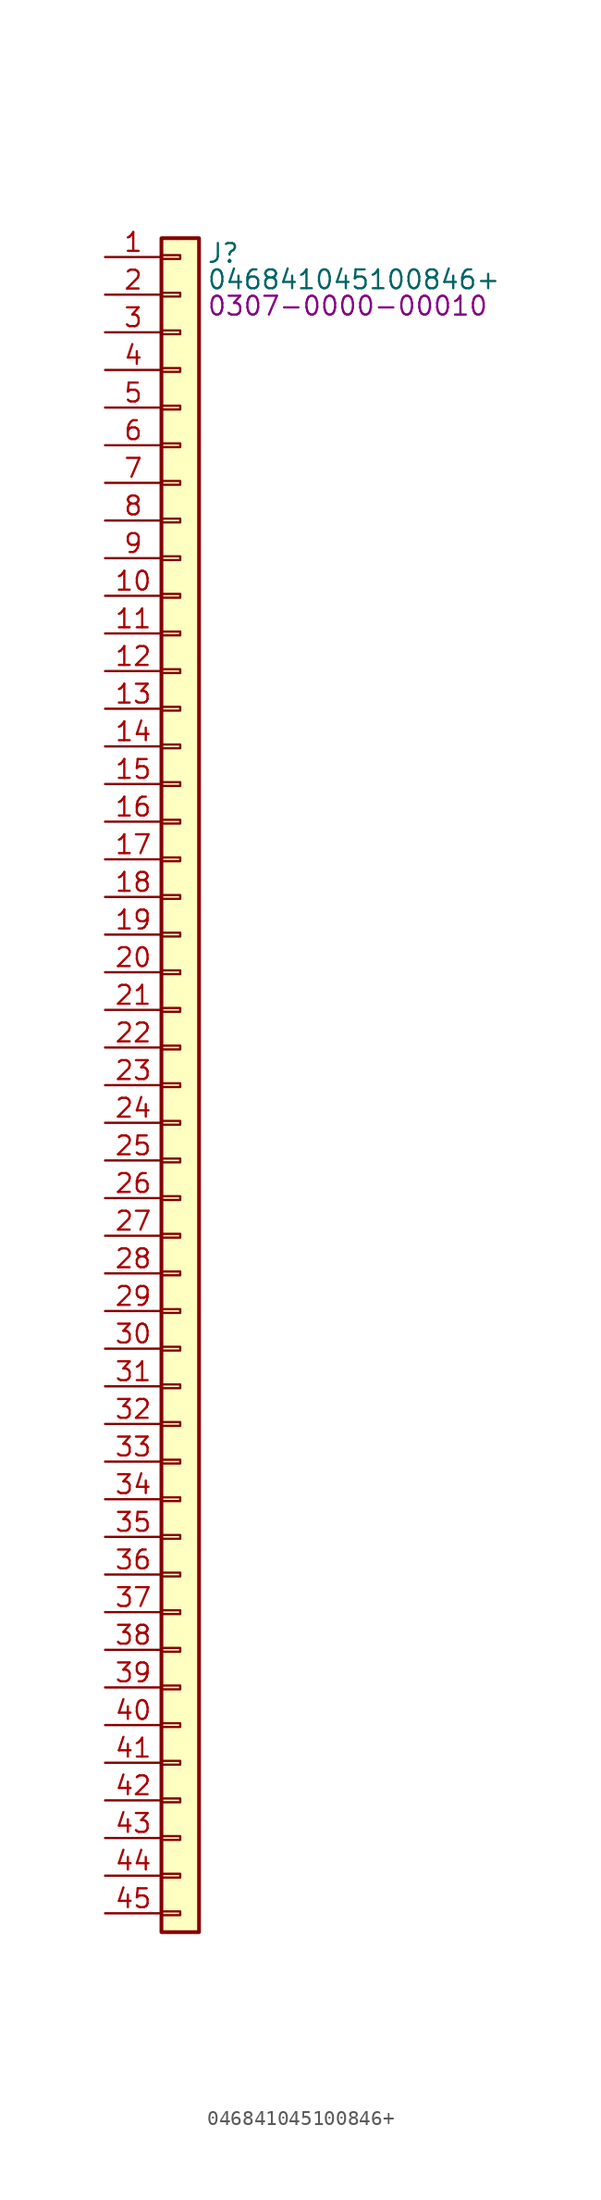
<source format=kicad_sym>
(kicad_symbol_lib
  (version 20231120)
  (generator "kicad_symbol_editor")
  (generator_version "8.0")
  (symbol "046841045100846+"
    (pin_names hide)
    (property "Reference" "J"
      (at 1.778 -2.286 0)
      (effects (font (size 1.27 1.27)) (justify left)))
    (property "Value" "046841045100846+"
      (at 1.778 -4.064 0)
      (effects (font (size 1.27 1.27)) (justify left)))
    (property "PartNumber" "0307-0000-00010"
      (at 1.778 -5.842 0)
      (effects (font (size 1.27 1.27)) (justify left)))
    (symbol "046841045100846+_1_1"
      (rectangle (start -1.27 -114.173) (end 0 -114.427) (stroke (width 0.152) (type default)) (fill (type none)))
      (rectangle (start -1.27 -111.633) (end 0 -111.887) (stroke (width 0.152) (type default)) (fill (type none)))
      (rectangle (start -1.27 -109.093) (end 0 -109.347) (stroke (width 0.152) (type default)) (fill (type none)))
      (rectangle (start -1.27 -106.553) (end 0 -106.807) (stroke (width 0.152) (type default)) (fill (type none)))
      (rectangle (start -1.27 -104.013) (end 0 -104.267) (stroke (width 0.152) (type default)) (fill (type none)))
      (rectangle (start -1.27 -101.473) (end 0 -101.727) (stroke (width 0.152) (type default)) (fill (type none)))
      (rectangle (start -1.27 -98.933) (end 0 -99.187) (stroke (width 0.152) (type default)) (fill (type none)))
      (rectangle (start -1.27 -96.393) (end 0 -96.647) (stroke (width 0.152) (type default)) (fill (type none)))
      (rectangle (start -1.27 -93.853) (end 0 -94.107) (stroke (width 0.152) (type default)) (fill (type none)))
      (rectangle (start -1.27 -91.313) (end 0 -91.567) (stroke (width 0.152) (type default)) (fill (type none)))
      (rectangle (start -1.27 -88.773) (end 0 -89.027) (stroke (width 0.152) (type default)) (fill (type none)))
      (rectangle (start -1.27 -86.233) (end 0 -86.487) (stroke (width 0.152) (type default)) (fill (type none)))
      (rectangle (start -1.27 -83.693) (end 0 -83.947) (stroke (width 0.152) (type default)) (fill (type none)))
      (rectangle (start -1.27 -81.153) (end 0 -81.407) (stroke (width 0.152) (type default)) (fill (type none)))
      (rectangle (start -1.27 -78.613) (end 0 -78.867) (stroke (width 0.152) (type default)) (fill (type none)))
      (rectangle (start -1.27 -76.073) (end 0 -76.327) (stroke (width 0.152) (type default)) (fill (type none)))
      (rectangle (start -1.27 -73.533) (end 0 -73.787) (stroke (width 0.152) (type default)) (fill (type none)))
      (rectangle (start -1.27 -70.993) (end 0 -71.247) (stroke (width 0.152) (type default)) (fill (type none)))
      (rectangle (start -1.27 -68.453) (end 0 -68.707) (stroke (width 0.152) (type default)) (fill (type none)))
      (rectangle (start -1.27 -65.913) (end 0 -66.167) (stroke (width 0.152) (type default)) (fill (type none)))
      (rectangle (start -1.27 -63.373) (end 0 -63.627) (stroke (width 0.152) (type default)) (fill (type none)))
      (rectangle (start -1.27 -60.833) (end 0 -61.087) (stroke (width 0.152) (type default)) (fill (type none)))
      (rectangle (start -1.27 -58.293) (end 0 -58.547) (stroke (width 0.152) (type default)) (fill (type none)))
      (rectangle (start -1.27 -55.753) (end 0 -56.007) (stroke (width 0.152) (type default)) (fill (type none)))
      (rectangle (start -1.27 -53.213) (end 0 -53.467) (stroke (width 0.152) (type default)) (fill (type none)))
      (rectangle (start -1.27 -50.673) (end 0 -50.927) (stroke (width 0.152) (type default)) (fill (type none)))
      (rectangle (start -1.27 -48.133) (end 0 -48.387) (stroke (width 0.152) (type default)) (fill (type none)))
      (rectangle (start -1.27 -45.593) (end 0 -45.847) (stroke (width 0.152) (type default)) (fill (type none)))
      (rectangle (start -1.27 -43.053) (end 0 -43.307) (stroke (width 0.152) (type default)) (fill (type none)))
      (rectangle (start -1.27 -40.513) (end 0 -40.767) (stroke (width 0.152) (type default)) (fill (type none)))
      (rectangle (start -1.27 -37.973) (end 0 -38.227) (stroke (width 0.152) (type default)) (fill (type none)))
      (rectangle (start -1.27 -35.433) (end 0 -35.687) (stroke (width 0.152) (type default)) (fill (type none)))
      (rectangle (start -1.27 -32.893) (end 0 -33.147) (stroke (width 0.152) (type default)) (fill (type none)))
      (rectangle (start -1.27 -30.353) (end 0 -30.607) (stroke (width 0.152) (type default)) (fill (type none)))
      (rectangle (start -1.27 -27.813) (end 0 -28.067) (stroke (width 0.152) (type default)) (fill (type none)))
      (rectangle (start -1.27 -25.273) (end 0 -25.527) (stroke (width 0.152) (type default)) (fill (type none)))
      (rectangle (start -1.27 -22.733) (end 0 -22.987) (stroke (width 0.152) (type default)) (fill (type none)))
      (rectangle (start -1.27 -20.193) (end 0 -20.447) (stroke (width 0.152) (type default)) (fill (type none)))
      (rectangle (start -1.27 -17.653) (end 0 -17.907) (stroke (width 0.152) (type default)) (fill (type none)))
      (rectangle (start -1.27 -15.113) (end 0 -15.367) (stroke (width 0.152) (type default)) (fill (type none)))
      (rectangle (start -1.27 -12.573) (end 0 -12.827) (stroke (width 0.152) (type default)) (fill (type none)))
      (rectangle (start -1.27 -10.033) (end 0 -10.287) (stroke (width 0.152) (type default)) (fill (type none)))
      (rectangle (start -1.27 -7.493) (end 0 -7.747) (stroke (width 0.152) (type default)) (fill (type none)))
      (rectangle (start -1.27 -4.953) (end 0 -5.207) (stroke (width 0.152) (type default)) (fill (type none)))
      (rectangle (start -1.27 -2.413) (end 0 -2.667) (stroke (width 0.152) (type default)) (fill (type none)))
      (rectangle (start -1.27 -1.27) (end 1.27 -115.57) (stroke (width 0.254) (type default)) (fill (type background)))
      (pin passive line (at -5.08 -2.54 0) (length 3.81) (name "Pin_1" (effects (font (size 1.27 1.27)))) (number "1" (effects (font (size 1.27 1.27)))))
      (pin passive line (at -5.08 -25.4 0) (length 3.81) (name "Pin_10" (effects (font (size 1.27 1.27)))) (number "10" (effects (font (size 1.27 1.27)))))
      (pin passive line (at -5.08 -27.94 0) (length 3.81) (name "Pin_11" (effects (font (size 1.27 1.27)))) (number "11" (effects (font (size 1.27 1.27)))))
      (pin passive line (at -5.08 -30.48 0) (length 3.81) (name "Pin_12" (effects (font (size 1.27 1.27)))) (number "12" (effects (font (size 1.27 1.27)))))
      (pin passive line (at -5.08 -33.02 0) (length 3.81) (name "Pin_13" (effects (font (size 1.27 1.27)))) (number "13" (effects (font (size 1.27 1.27)))))
      (pin passive line (at -5.08 -35.56 0) (length 3.81) (name "Pin_14" (effects (font (size 1.27 1.27)))) (number "14" (effects (font (size 1.27 1.27)))))
      (pin passive line (at -5.08 -38.1 0) (length 3.81) (name "Pin_15" (effects (font (size 1.27 1.27)))) (number "15" (effects (font (size 1.27 1.27)))))
      (pin passive line (at -5.08 -40.64 0) (length 3.81) (name "Pin_16" (effects (font (size 1.27 1.27)))) (number "16" (effects (font (size 1.27 1.27)))))
      (pin passive line (at -5.08 -43.18 0) (length 3.81) (name "Pin_17" (effects (font (size 1.27 1.27)))) (number "17" (effects (font (size 1.27 1.27)))))
      (pin passive line (at -5.08 -45.72 0) (length 3.81) (name "Pin_18" (effects (font (size 1.27 1.27)))) (number "18" (effects (font (size 1.27 1.27)))))
      (pin passive line (at -5.08 -48.26 0) (length 3.81) (name "Pin_19" (effects (font (size 1.27 1.27)))) (number "19" (effects (font (size 1.27 1.27)))))
      (pin passive line (at -5.08 -5.08 0) (length 3.81) (name "Pin_2" (effects (font (size 1.27 1.27)))) (number "2" (effects (font (size 1.27 1.27)))))
      (pin passive line (at -5.08 -50.8 0) (length 3.81) (name "Pin_20" (effects (font (size 1.27 1.27)))) (number "20" (effects (font (size 1.27 1.27)))))
      (pin passive line (at -5.08 -53.34 0) (length 3.81) (name "Pin_21" (effects (font (size 1.27 1.27)))) (number "21" (effects (font (size 1.27 1.27)))))
      (pin passive line (at -5.08 -55.88 0) (length 3.81) (name "Pin_22" (effects (font (size 1.27 1.27)))) (number "22" (effects (font (size 1.27 1.27)))))
      (pin passive line (at -5.08 -58.42 0) (length 3.81) (name "Pin_23" (effects (font (size 1.27 1.27)))) (number "23" (effects (font (size 1.27 1.27)))))
      (pin passive line (at -5.08 -60.96 0) (length 3.81) (name "Pin_24" (effects (font (size 1.27 1.27)))) (number "24" (effects (font (size 1.27 1.27)))))
      (pin passive line (at -5.08 -63.5 0) (length 3.81) (name "Pin_25" (effects (font (size 1.27 1.27)))) (number "25" (effects (font (size 1.27 1.27)))))
      (pin passive line (at -5.08 -66.04 0) (length 3.81) (name "Pin_26" (effects (font (size 1.27 1.27)))) (number "26" (effects (font (size 1.27 1.27)))))
      (pin passive line (at -5.08 -68.58 0) (length 3.81) (name "Pin_27" (effects (font (size 1.27 1.27)))) (number "27" (effects (font (size 1.27 1.27)))))
      (pin passive line (at -5.08 -71.12 0) (length 3.81) (name "Pin_28" (effects (font (size 1.27 1.27)))) (number "28" (effects (font (size 1.27 1.27)))))
      (pin passive line (at -5.08 -73.66 0) (length 3.81) (name "Pin_29" (effects (font (size 1.27 1.27)))) (number "29" (effects (font (size 1.27 1.27)))))
      (pin passive line (at -5.08 -7.62 0) (length 3.81) (name "Pin_3" (effects (font (size 1.27 1.27)))) (number "3" (effects (font (size 1.27 1.27)))))
      (pin passive line (at -5.08 -76.2 0) (length 3.81) (name "Pin_30" (effects (font (size 1.27 1.27)))) (number "30" (effects (font (size 1.27 1.27)))))
      (pin passive line (at -5.08 -78.74 0) (length 3.81) (name "Pin_31" (effects (font (size 1.27 1.27)))) (number "31" (effects (font (size 1.27 1.27)))))
      (pin passive line (at -5.08 -81.28 0) (length 3.81) (name "Pin_32" (effects (font (size 1.27 1.27)))) (number "32" (effects (font (size 1.27 1.27)))))
      (pin passive line (at -5.08 -83.82 0) (length 3.81) (name "Pin_33" (effects (font (size 1.27 1.27)))) (number "33" (effects (font (size 1.27 1.27)))))
      (pin passive line (at -5.08 -86.36 0) (length 3.81) (name "Pin_34" (effects (font (size 1.27 1.27)))) (number "34" (effects (font (size 1.27 1.27)))))
      (pin passive line (at -5.08 -88.9 0) (length 3.81) (name "Pin_35" (effects (font (size 1.27 1.27)))) (number "35" (effects (font (size 1.27 1.27)))))
      (pin passive line (at -5.08 -91.44 0) (length 3.81) (name "Pin_36" (effects (font (size 1.27 1.27)))) (number "36" (effects (font (size 1.27 1.27)))))
      (pin passive line (at -5.08 -93.98 0) (length 3.81) (name "Pin_37" (effects (font (size 1.27 1.27)))) (number "37" (effects (font (size 1.27 1.27)))))
      (pin passive line (at -5.08 -96.52 0) (length 3.81) (name "Pin_38" (effects (font (size 1.27 1.27)))) (number "38" (effects (font (size 1.27 1.27)))))
      (pin passive line (at -5.08 -99.06 0) (length 3.81) (name "Pin_39" (effects (font (size 1.27 1.27)))) (number "39" (effects (font (size 1.27 1.27)))))
      (pin passive line (at -5.08 -10.16 0) (length 3.81) (name "Pin_4" (effects (font (size 1.27 1.27)))) (number "4" (effects (font (size 1.27 1.27)))))
      (pin passive line (at -5.08 -101.6 0) (length 3.81) (name "Pin_40" (effects (font (size 1.27 1.27)))) (number "40" (effects (font (size 1.27 1.27)))))
      (pin passive line (at -5.08 -104.14 0) (length 3.81) (name "Pin_41" (effects (font (size 1.27 1.27)))) (number "41" (effects (font (size 1.27 1.27)))))
      (pin passive line (at -5.08 -106.68 0) (length 3.81) (name "Pin_42" (effects (font (size 1.27 1.27)))) (number "42" (effects (font (size 1.27 1.27)))))
      (pin passive line (at -5.08 -109.22 0) (length 3.81) (name "Pin_43" (effects (font (size 1.27 1.27)))) (number "43" (effects (font (size 1.27 1.27)))))
      (pin passive line (at -5.08 -111.76 0) (length 3.81) (name "Pin_44" (effects (font (size 1.27 1.27)))) (number "44" (effects (font (size 1.27 1.27)))))
      (pin passive line (at -5.08 -114.3 0) (length 3.81) (name "Pin_45" (effects (font (size 1.27 1.27)))) (number "45" (effects (font (size 1.27 1.27)))))
      (pin passive line (at -5.08 -12.7 0) (length 3.81) (name "Pin_5" (effects (font (size 1.27 1.27)))) (number "5" (effects (font (size 1.27 1.27)))))
      (pin passive line (at -5.08 -15.24 0) (length 3.81) (name "Pin_6" (effects (font (size 1.27 1.27)))) (number "6" (effects (font (size 1.27 1.27)))))
      (pin passive line (at -5.08 -17.78 0) (length 3.81) (name "Pin_7" (effects (font (size 1.27 1.27)))) (number "7" (effects (font (size 1.27 1.27)))))
      (pin passive line (at -5.08 -20.32 0) (length 3.81) (name "Pin_8" (effects (font (size 1.27 1.27)))) (number "8" (effects (font (size 1.27 1.27)))))
      (pin passive line (at -5.08 -22.86 0) (length 3.81) (name "Pin_9" (effects (font (size 1.27 1.27)))) (number "9" (effects (font (size 1.27 1.27))))))))
</source>
